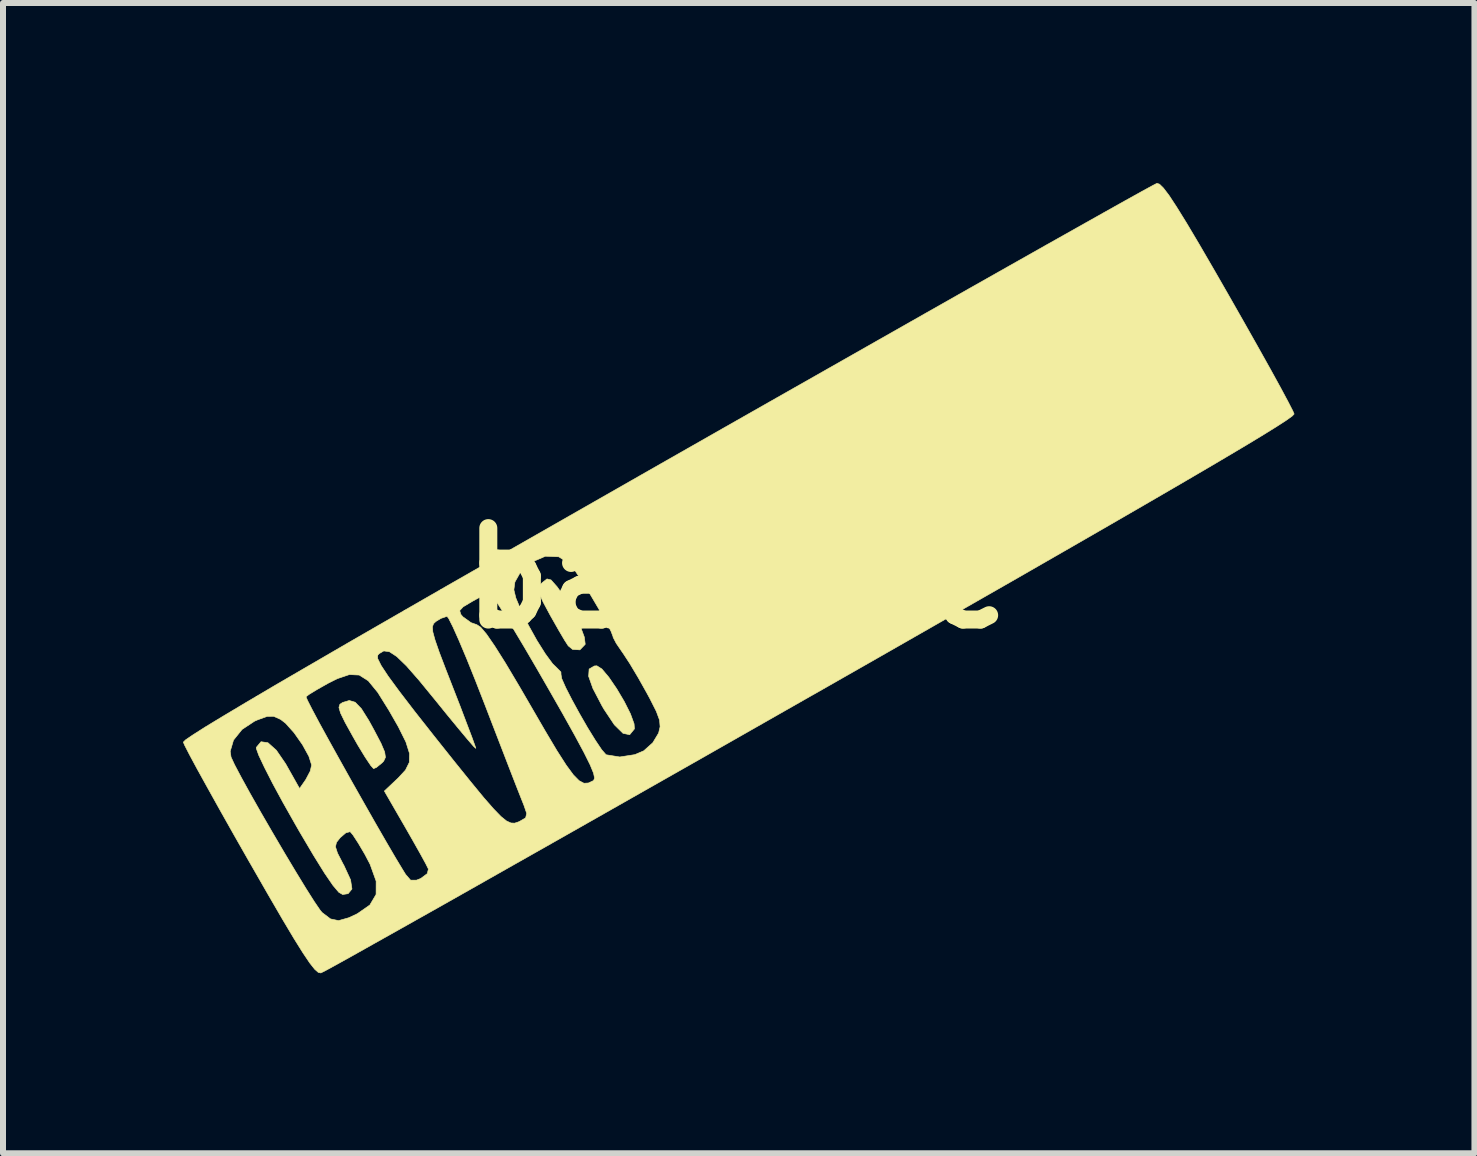
<source format=kicad_pcb>
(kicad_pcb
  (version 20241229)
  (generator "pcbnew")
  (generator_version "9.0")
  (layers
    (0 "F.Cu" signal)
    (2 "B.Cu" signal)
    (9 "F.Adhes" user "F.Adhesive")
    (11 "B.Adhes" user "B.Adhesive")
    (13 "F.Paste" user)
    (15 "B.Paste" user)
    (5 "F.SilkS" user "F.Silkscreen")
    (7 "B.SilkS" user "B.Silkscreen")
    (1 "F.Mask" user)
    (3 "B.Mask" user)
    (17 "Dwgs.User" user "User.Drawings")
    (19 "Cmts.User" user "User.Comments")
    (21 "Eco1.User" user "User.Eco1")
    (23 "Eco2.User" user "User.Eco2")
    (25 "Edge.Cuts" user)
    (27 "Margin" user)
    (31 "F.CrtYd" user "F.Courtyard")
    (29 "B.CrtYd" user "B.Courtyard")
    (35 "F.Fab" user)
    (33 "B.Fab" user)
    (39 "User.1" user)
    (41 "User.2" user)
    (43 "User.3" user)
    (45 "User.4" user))
  (footprint "barcode"
    (layer "F.Cu")
    (at 9.26 6.585)
    (property "Reference" "barcode" (at 0 0 0) (layer "F.SilkS") (effects (font (size 1.524 1.524) (thickness 0.3))))
    (attr through_hole)
    (fp_poly (pts (xy -2.28 1.513) (xy -2.164 1.651) (xy -2.033 1.843) (xy -1.907 2.056) (xy -1.804 2.261) (xy -1.744 2.426) (xy -1.738 2.511) (xy -1.817 2.608) (xy -1.928 2.585) (xy -2.072 2.443) (xy -2.246 2.182) (xy -2.279 2.125) (xy -2.43 1.836) (xy -2.501 1.635) (xy -2.493 1.514) (xy -2.407 1.463) (xy -2.364 1.46) (xy -2.28 1.513)) (stroke (width 0.01) (type solid)) (fill yes) (layer "F.SilkS"))
    (fp_poly (pts (xy -6.392 2.067) (xy -6.289 2.173) (xy -6.164 2.372) (xy -6.079 2.527) (xy -5.961 2.752) (xy -5.9 2.896) (xy -5.887 2.985) (xy -5.916 3.048) (xy -5.94 3.074) (xy -6.038 3.154) (xy -6.085 3.173) (xy -6.132 3.121) (xy -6.225 2.982) (xy -6.348 2.78) (xy -6.422 2.65) (xy -6.558 2.405) (xy -6.635 2.247) (xy -6.662 2.154) (xy -6.646 2.101) (xy -6.6 2.071) (xy -6.49 2.038) (xy -6.392 2.067)) (stroke (width 0.01) (type solid)) (fill yes) (layer "F.SilkS"))
    (fp_poly (pts (xy -3.128 0.029) (xy -3.032 0.137) (xy -3.028 0.141) (xy -2.886 0.342) (xy -2.752 0.571) (xy -2.642 0.795) (xy -2.573 0.981) (xy -2.558 1.099) (xy -2.56 1.104) (xy -2.647 1.194) (xy -2.768 1.187) (xy -2.841 1.127) (xy -2.9 1.036) (xy -3 0.866) (xy -3.121 0.653) (xy -3.143 0.614) (xy -3.261 0.394) (xy -3.323 0.255) (xy -3.335 0.169) (xy -3.305 0.107) (xy -3.274 0.074) (xy -3.195 0.012) (xy -3.128 0.029)) (stroke (width 0.01) (type solid)) (fill yes) (layer "F.SilkS"))
    (fp_poly (pts (xy 7.012 -6.566) (xy 7.077 -6.502) (xy 7.17 -6.38) (xy 7.296 -6.188) (xy 7.462 -5.92) (xy 7.673 -5.565) (xy 7.935 -5.114) (xy 8.16 -4.722) (xy 8.415 -4.274) (xy 8.65 -3.858) (xy 8.857 -3.488) (xy 9.028 -3.177) (xy 9.156 -2.938) (xy 9.234 -2.786) (xy 9.255 -2.736) (xy 9.223 -2.702) (xy 9.121 -2.629) (xy 8.946 -2.516) (xy 8.694 -2.36) (xy 8.363 -2.161) (xy 7.948 -1.915) (xy 7.448 -1.622) (xy 6.86 -1.28) (xy 6.179 -0.886) (xy 5.403 -0.439) (xy 4.529 0.063) (xy 3.553 0.621) (xy 2.474 1.238) (xy 1.287 1.915) (xy 1.212 1.957) (xy 0.276 2.49) (xy -0.63 3.006) (xy -1.502 3.501) (xy -2.331 3.972) (xy -3.112 4.415) (xy -3.84 4.827) (xy -4.507 5.205) (xy -5.107 5.544) (xy -5.635 5.841) (xy -6.084 6.093) (xy -6.447 6.297) (xy -6.719 6.448) (xy -6.893 6.543) (xy -6.964 6.578) (xy -6.964 6.578) (xy -7.006 6.569) (xy -7.066 6.516) (xy -7.149 6.411) (xy -7.262 6.243) (xy -7.412 6.003) (xy -7.604 5.681) (xy -7.844 5.268) (xy -8.139 4.754) (xy -8.16 4.718) (xy -8.415 4.27) (xy -8.65 3.853) (xy -8.856 3.483) (xy -9.028 3.172) (xy -9.156 2.934) (xy -9.181 2.885) (xy -8.474 2.885) (xy -8.46 2.981) (xy -8.402 3.107) (xy -8.292 3.315) (xy -8.143 3.586) (xy -7.965 3.9) (xy -7.771 4.235) (xy -7.573 4.572) (xy -7.382 4.891) (xy -7.211 5.171) (xy -7.071 5.392) (xy -6.974 5.534) (xy -6.942 5.572) (xy -6.802 5.678) (xy -6.668 5.706) (xy -6.498 5.658) (xy -6.355 5.591) (xy -6.147 5.446) (xy -6.043 5.27) (xy -6.042 5.048) (xy -6.143 4.767) (xy -6.229 4.603) (xy -6.339 4.416) (xy -6.429 4.278) (xy -6.475 4.224) (xy -6.547 4.243) (xy -6.641 4.324) (xy -6.703 4.402) (xy -6.72 4.475) (xy -6.686 4.581) (xy -6.596 4.756) (xy -6.577 4.79) (xy -6.468 5.027) (xy -6.445 5.179) (xy -6.509 5.257) (xy -6.6 5.271) (xy -6.664 5.234) (xy -6.762 5.118) (xy -6.901 4.915) (xy -7.086 4.617) (xy -7.323 4.216) (xy -7.395 4.09) (xy -7.594 3.738) (xy -7.767 3.419) (xy -7.904 3.15) (xy -7.998 2.951) (xy -8.039 2.837) (xy -8.039 2.82) (xy -7.96 2.725) (xy -7.845 2.742) (xy -7.705 2.867) (xy -7.55 3.093) (xy -7.536 3.118) (xy -7.318 3.505) (xy -7.215 3.357) (xy -7.14 3.215) (xy -7.117 3.113) (xy -7.163 2.968) (xy -7.269 2.775) (xy -7.408 2.577) (xy -7.55 2.418) (xy -7.634 2.353) (xy -7.749 2.302) (xy -7.859 2.303) (xy -8.016 2.36) (xy -8.067 2.382) (xy -8.276 2.52) (xy -8.419 2.698) (xy -8.474 2.885) (xy -9.181 2.885) (xy -9.234 2.782) (xy -9.255 2.732) (xy -9.217 2.694) (xy -9.095 2.611) (xy -8.888 2.479) (xy -8.593 2.3) (xy -8.208 2.07) (xy -8.048 1.976) (xy -7.211 1.976) (xy -7.186 2.036) (xy -7.108 2.189) (xy -6.986 2.418) (xy -6.829 2.704) (xy -6.648 3.03) (xy -6.453 3.379) (xy -6.252 3.734) (xy -6.057 4.077) (xy -5.876 4.391) (xy -5.72 4.658) (xy -5.598 4.86) (xy -5.551 4.936) (xy -5.468 5.032) (xy -5.37 5.032) (xy -5.299 5.004) (xy -5.19 4.923) (xy -5.171 4.847) (xy -5.214 4.76) (xy -5.307 4.59) (xy -5.435 4.363) (xy -5.554 4.155) (xy -5.905 3.547) (xy -5.675 3.33) (xy -5.553 3.198) (xy -5.489 3.069) (xy -5.486 2.92) (xy -5.546 2.729) (xy -5.673 2.474) (xy -5.828 2.203) (xy -6.015 1.903) (xy -6.173 1.71) (xy -6.324 1.614) (xy -6.488 1.606) (xy -6.689 1.674) (xy -6.837 1.748) (xy -7.023 1.853) (xy -7.159 1.936) (xy -7.211 1.976) (xy -8.048 1.976) (xy -7.732 1.789) (xy -7.16 1.456) (xy -6.867 1.286) (xy -6.018 1.286) (xy -6.016 1.341) (xy -5.959 1.455) (xy -5.841 1.634) (xy -5.656 1.886) (xy -5.4 2.22) (xy -5.073 2.635) (xy -4.732 3.063) (xy -4.46 3.4) (xy -4.248 3.658) (xy -4.085 3.844) (xy -3.962 3.971) (xy -3.869 4.046) (xy -3.796 4.079) (xy -3.734 4.082) (xy -3.673 4.062) (xy -3.651 4.052) (xy -3.551 3.994) (xy -3.533 3.919) (xy -3.579 3.785) (xy -3.624 3.672) (xy -3.708 3.459) (xy -3.822 3.165) (xy -3.959 2.81) (xy -4.113 2.411) (xy -4.228 2.112) (xy -4.386 1.707) (xy -4.532 1.344) (xy -4.66 1.04) (xy -4.763 0.81) (xy -4.833 0.671) (xy -4.861 0.635) (xy -4.963 0.67) (xy -5.045 0.72) (xy -5.085 0.757) (xy -5.104 0.809) (xy -5.098 0.894) (xy -5.061 1.03) (xy -4.99 1.235) (xy -4.879 1.526) (xy -4.771 1.803) (xy -4.642 2.134) (xy -4.532 2.424) (xy -4.446 2.65) (xy -4.394 2.794) (xy -4.381 2.836) (xy -4.419 2.801) (xy -4.522 2.682) (xy -4.679 2.494) (xy -4.877 2.253) (xy -5.05 2.039) (xy -5.325 1.703) (xy -5.537 1.461) (xy -5.699 1.305) (xy -5.821 1.225) (xy -5.915 1.212) (xy -5.993 1.258) (xy -6.018 1.286) (xy -6.867 1.286) (xy -6.492 1.068) (xy -5.725 0.626) (xy -5.576 0.54) (xy -4.65 0.54) (xy -4.631 0.603) (xy -4.597 0.643) (xy -4.461 0.741) (xy -4.366 0.774) (xy -4.301 0.816) (xy -4.203 0.932) (xy -4.066 1.131) (xy -3.884 1.42) (xy -3.653 1.808) (xy -3.477 2.111) (xy -3.227 2.542) (xy -3.03 2.873) (xy -2.875 3.115) (xy -2.755 3.278) (xy -2.659 3.375) (xy -2.579 3.417) (xy -2.505 3.413) (xy -2.427 3.376) (xy -2.418 3.37) (xy -2.402 3.332) (xy -2.419 3.249) (xy -2.476 3.11) (xy -2.578 2.905) (xy -2.73 2.622) (xy -2.937 2.251) (xy -3.14 1.895) (xy -3.365 1.504) (xy -3.575 1.145) (xy -3.761 0.834) (xy -3.911 0.588) (xy -4.017 0.422) (xy -4.065 0.357) (xy -4.14 0.289) (xy -4.212 0.276) (xy -4.323 0.322) (xy -4.438 0.385) (xy -4.592 0.477) (xy -4.65 0.54) (xy -5.576 0.54) (xy -4.974 0.194) (xy -3.747 0.194) (xy -3.714 0.33) (xy -3.627 0.538) (xy -3.504 0.784) (xy -3.364 1.036) (xy -3.223 1.26) (xy -3.102 1.425) (xy -3.041 1.484) (xy -2.963 1.563) (xy -2.961 1.607) (xy -2.949 1.675) (xy -2.883 1.824) (xy -2.779 2.027) (xy -2.652 2.259) (xy -2.518 2.492) (xy -2.389 2.701) (xy -2.283 2.859) (xy -2.213 2.939) (xy -2.206 2.943) (xy -1.982 2.979) (xy -1.731 2.94) (xy -1.583 2.877) (xy -1.432 2.742) (xy -1.335 2.581) (xy -1.31 2.475) (xy -1.319 2.365) (xy -1.373 2.219) (xy -1.48 2.007) (xy -1.532 1.911) (xy -1.673 1.66) (xy -1.812 1.427) (xy -1.925 1.254) (xy -1.944 1.227) (xy -2.041 1.085) (xy -2.093 0.985) (xy -2.095 0.971) (xy -2.127 0.887) (xy -2.211 0.725) (xy -2.33 0.515) (xy -2.466 0.284) (xy -2.603 0.064) (xy -2.723 -0.119) (xy -2.81 -0.234) (xy -2.813 -0.238) (xy -2.999 -0.357) (xy -3.222 -0.366) (xy -3.431 -0.276) (xy -3.633 -0.109) (xy -3.73 0.064) (xy -3.747 0.194) (xy -4.974 0.194) (xy -4.858 0.127) (xy -3.886 -0.429) (xy -2.809 -1.044) (xy -1.625 -1.72) (xy -1.206 -1.959) (xy -0.27 -2.492) (xy 0.636 -3.007) (xy 1.508 -3.502) (xy 2.337 -3.973) (xy 3.119 -4.417) (xy 3.846 -4.829) (xy 4.513 -5.206) (xy 5.113 -5.545) (xy 5.641 -5.842) (xy 6.089 -6.094) (xy 6.453 -6.298) (xy 6.725 -6.449) (xy 6.899 -6.544) (xy 6.969 -6.58) (xy 6.969 -6.58) (xy 7.012 -6.566)) (stroke (width 0.01) (type solid)) (fill yes) (layer "F.SilkS")))
  (gr_rect
    (start -3 -3)
    (end 21.52 16.168)
    (stroke (width 0.1) (type default))
    (fill no)
    (layer "Edge.Cuts")))
</source>
